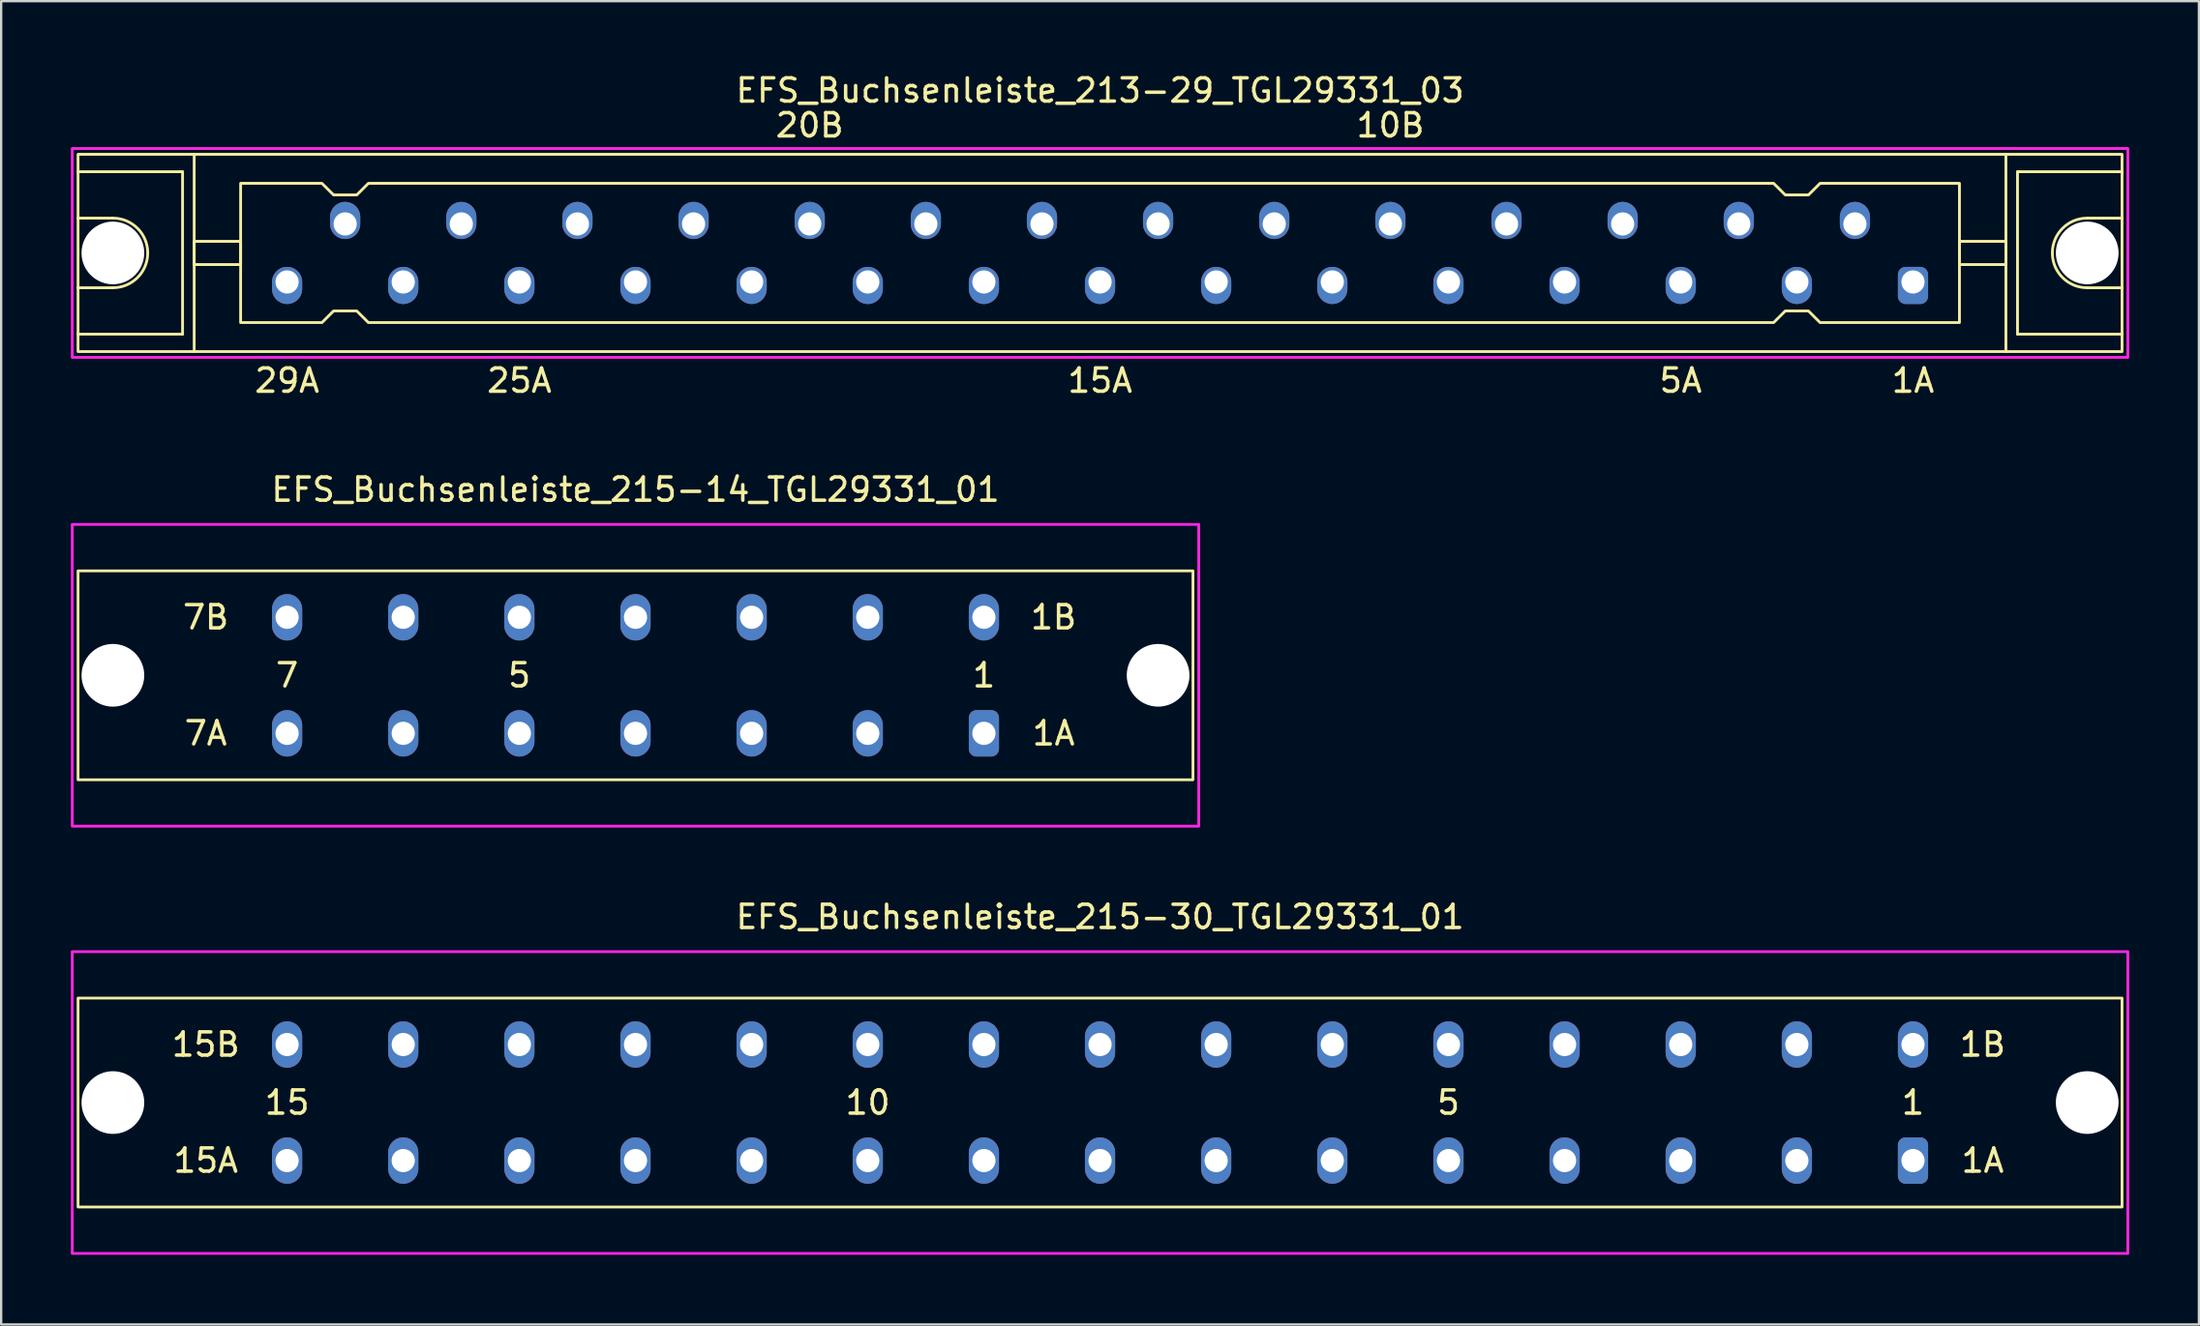
<source format=kicad_pcb>
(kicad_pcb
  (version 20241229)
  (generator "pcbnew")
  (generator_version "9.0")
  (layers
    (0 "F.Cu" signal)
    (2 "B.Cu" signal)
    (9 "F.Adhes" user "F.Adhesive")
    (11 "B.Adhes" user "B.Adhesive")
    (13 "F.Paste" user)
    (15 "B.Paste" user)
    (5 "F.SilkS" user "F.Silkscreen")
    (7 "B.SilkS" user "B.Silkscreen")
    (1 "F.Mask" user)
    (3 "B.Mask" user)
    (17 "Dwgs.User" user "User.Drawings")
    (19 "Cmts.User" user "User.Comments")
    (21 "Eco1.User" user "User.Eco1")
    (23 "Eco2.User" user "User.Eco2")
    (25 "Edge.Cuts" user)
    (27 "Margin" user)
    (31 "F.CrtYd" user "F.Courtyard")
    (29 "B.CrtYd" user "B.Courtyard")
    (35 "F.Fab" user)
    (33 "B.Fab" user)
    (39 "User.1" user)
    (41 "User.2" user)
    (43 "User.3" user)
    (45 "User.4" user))
  (footprint "EFS_Buchsenleiste_213-29_TGL29331_03"
    (layer "F.Cu")
    (at 44.31 7.848)
    (property "Reference" "EFS_Buchsenleiste_213-29_TGL29331_03" (at 0 -7 180) (layer "F.SilkS") (effects (font (size 1 1) (thickness 0.15))))
    (attr through_hole)
    (fp_line (start -44 -3.5) (end -39.5 -3.5) (stroke (width 0.12) (type solid)) (layer "F.SilkS"))
    (fp_line (start -42.5 -1.5) (end -44 -1.5) (stroke (width 0.12) (type solid)) (layer "F.SilkS"))
    (fp_line (start -42.5 1.5) (end -44 1.5) (stroke (width 0.12) (type solid)) (layer "F.SilkS"))
    (fp_line (start -39.5 -3.5) (end -39.5 3.5) (stroke (width 0.12) (type solid)) (layer "F.SilkS"))
    (fp_line (start -39.5 3.5) (end -44 3.5) (stroke (width 0.12) (type solid)) (layer "F.SilkS"))
    (fp_line (start -39 4.25) (end -39 -4.25) (stroke (width 0.12) (type solid)) (layer "F.SilkS"))
    (fp_line (start 39 4.25) (end 39 -4.25) (stroke (width 0.12) (type solid)) (layer "F.SilkS"))
    (fp_line (start 39.5 -3.5) (end 39.5 3.5) (stroke (width 0.12) (type solid)) (layer "F.SilkS"))
    (fp_line (start 39.5 3.5) (end 44 3.5) (stroke (width 0.12) (type solid)) (layer "F.SilkS"))
    (fp_line (start 42.5 -1.5) (end 44 -1.5) (stroke (width 0.12) (type solid)) (layer "F.SilkS"))
    (fp_line (start 42.5 1.5) (end 44 1.5) (stroke (width 0.12) (type solid)) (layer "F.SilkS"))
    (fp_line (start 44 -3.5) (end 39.5 -3.5) (stroke (width 0.12) (type solid)) (layer "F.SilkS"))
    (fp_rect (start -44 -4.25) (end 44 4.25) (stroke (width 0.12) (type solid)) (fill no) (layer "F.SilkS"))
    (fp_rect (start -39 -0.5) (end -37 0.5) (stroke (width 0.12) (type solid)) (fill no) (layer "F.SilkS"))
    (fp_rect (start 39 -0.5) (end 37 0.5) (stroke (width 0.12) (type solid)) (fill no) (layer "F.SilkS"))
    (fp_arc (start -42.5 -1.5) (mid -41 0) (end -42.5 1.5) (stroke (width 0.12) (type solid)) (layer "F.SilkS"))
    (fp_arc (start 42.5 1.5) (mid 41 0) (end 42.5 -1.5) (stroke (width 0.12) (type solid)) (layer "F.SilkS"))
    (fp_poly (pts (xy -33 -2.5) (xy -32 -2.5) (xy -31.5 -3) (xy 29 -3) (xy 29.5 -2.5) (xy 30.5 -2.5) (xy 31 -3) (xy 37 -3) (xy 37 3) (xy 31 3) (xy 30.5 2.5) (xy 29.5 2.5) (xy 29 3) (xy -31.5 3) (xy -32 2.5) (xy -33 2.5) (xy -33.5 3) (xy -37 3) (xy -37 -3) (xy -33.5 -3)) (stroke (width 0.12) (type solid)) (fill no) (layer "F.SilkS"))
    (fp_rect (start -44.25 -4.5) (end 44.25 4.5) (stroke (width 0.12) (type solid)) (fill no) (layer "F.CrtYd"))
    (fp_text user "25A" (at -25 5.5 180) (layer "F.SilkS") (effects (font (size 1 1) (thickness 0.15))))
    (fp_text user "5A" (at 25 5.5 180) (layer "F.SilkS") (effects (font (size 1 1) (thickness 0.15))))
    (fp_text user "20B" (at -12.5 -5.5 180) (layer "F.SilkS") (effects (font (size 1 1) (thickness 0.15))))
    (fp_text user "1A" (at 35 5.5 180) (layer "F.SilkS") (effects (font (size 1 1) (thickness 0.15))))
    (fp_text user "29A" (at -35 5.5 180) (layer "F.SilkS") (effects (font (size 1 1) (thickness 0.15))))
    (fp_text user "10B" (at 12.5 -5.5 180) (layer "F.SilkS") (effects (font (size 1 1) (thickness 0.15))))
    (fp_text user "15A" (at 0 5.5 180) (layer "F.SilkS") (effects (font (size 1 1) (thickness 0.15))))
    (pad "" np_thru_hole circle (at -42.5 0) (size 2.7 2.7) (drill 2.7) (layers "*.Cu" "*.Mask"))
    (pad "" np_thru_hole circle (at 42.5 0) (size 2.7 2.7) (drill 2.7) (layers "*.Cu" "*.Mask"))
    (pad "1a" thru_hole roundrect (at 35 1.25 180) (size 1.3 1.6) (drill 1 (offset 0 -0.15)) (layers "*.Cu" "*.Mask") (roundrect_rratio 0.25))
    (pad "2b" thru_hole oval (at 32.5 -1.25 180) (size 1.3 1.6) (drill 1 (offset 0 0.15)) (layers "*.Cu" "*.Mask"))
    (pad "3a" thru_hole oval (at 30 1.25 180) (size 1.3 1.6) (drill 1 (offset 0 -0.15)) (layers "*.Cu" "*.Mask"))
    (pad "4b" thru_hole oval (at 27.5 -1.25 180) (size 1.3 1.6) (drill 1 (offset 0 0.15)) (layers "*.Cu" "*.Mask"))
    (pad "5a" thru_hole oval (at 25 1.25 180) (size 1.3 1.6) (drill 1 (offset 0 -0.15)) (layers "*.Cu" "*.Mask"))
    (pad "6b" thru_hole oval (at 22.5 -1.25 180) (size 1.3 1.6) (drill 1 (offset 0 0.15)) (layers "*.Cu" "*.Mask"))
    (pad "7a" thru_hole oval (at 20 1.25 180) (size 1.3 1.6) (drill 1 (offset 0 -0.15)) (layers "*.Cu" "*.Mask"))
    (pad "8b" thru_hole oval (at 17.5 -1.25 180) (size 1.3 1.6) (drill 1 (offset 0 0.15)) (layers "*.Cu" "*.Mask"))
    (pad "9a" thru_hole oval (at 15 1.25 180) (size 1.3 1.6) (drill 1 (offset 0 -0.15)) (layers "*.Cu" "*.Mask"))
    (pad "10b" thru_hole oval (at 12.5 -1.25 180) (size 1.3 1.6) (drill 1 (offset 0 0.15)) (layers "*.Cu" "*.Mask"))
    (pad "11a" thru_hole oval (at 10 1.25 180) (size 1.3 1.6) (drill 1 (offset 0 -0.15)) (layers "*.Cu" "*.Mask"))
    (pad "12b" thru_hole oval (at 7.5 -1.25 180) (size 1.3 1.6) (drill 1 (offset 0 0.15)) (layers "*.Cu" "*.Mask"))
    (pad "13a" thru_hole oval (at 5 1.25 180) (size 1.3 1.6) (drill 1 (offset 0 -0.15)) (layers "*.Cu" "*.Mask"))
    (pad "14b" thru_hole oval (at 2.5 -1.25 180) (size 1.3 1.6) (drill 1 (offset 0 0.15)) (layers "*.Cu" "*.Mask"))
    (pad "15a" thru_hole oval (at 0 1.25 180) (size 1.3 1.6) (drill 1 (offset 0 -0.15)) (layers "*.Cu" "*.Mask"))
    (pad "16b" thru_hole oval (at -2.5 -1.25 180) (size 1.3 1.6) (drill 1 (offset 0 0.15)) (layers "*.Cu" "*.Mask"))
    (pad "17a" thru_hole oval (at -5 1.25 180) (size 1.3 1.6) (drill 1 (offset 0 -0.15)) (layers "*.Cu" "*.Mask"))
    (pad "18b" thru_hole oval (at -7.5 -1.25 180) (size 1.3 1.6) (drill 1 (offset 0 0.15)) (layers "*.Cu" "*.Mask"))
    (pad "19a" thru_hole oval (at -10 1.25 180) (size 1.3 1.6) (drill 1 (offset 0 -0.15)) (layers "*.Cu" "*.Mask"))
    (pad "20b" thru_hole oval (at -12.5 -1.25 180) (size 1.3 1.6) (drill 1 (offset 0 0.15)) (layers "*.Cu" "*.Mask"))
    (pad "21a" thru_hole oval (at -15 1.25 180) (size 1.3 1.6) (drill 1 (offset 0 -0.15)) (layers "*.Cu" "*.Mask"))
    (pad "22b" thru_hole oval (at -17.5 -1.25 180) (size 1.3 1.6) (drill 1 (offset 0 0.15)) (layers "*.Cu" "*.Mask"))
    (pad "23a" thru_hole oval (at -20 1.25 180) (size 1.3 1.6) (drill 1 (offset 0 -0.15)) (layers "*.Cu" "*.Mask"))
    (pad "24b" thru_hole oval (at -22.5 -1.25 180) (size 1.3 1.6) (drill 1 (offset 0 0.15)) (layers "*.Cu" "*.Mask"))
    (pad "25a" thru_hole oval (at -25 1.25 180) (size 1.3 1.6) (drill 1 (offset 0 -0.15)) (layers "*.Cu" "*.Mask"))
    (pad "26b" thru_hole oval (at -27.5 -1.25 180) (size 1.3 1.6) (drill 1 (offset 0 0.15)) (layers "*.Cu" "*.Mask"))
    (pad "27a" thru_hole oval (at -30 1.25 180) (size 1.3 1.6) (drill 1 (offset 0 -0.15)) (layers "*.Cu" "*.Mask"))
    (pad "28b" thru_hole oval (at -32.5 -1.25 180) (size 1.3 1.6) (drill 1 (offset 0 0.15)) (layers "*.Cu" "*.Mask"))
    (pad "29a" thru_hole oval (at -35 1.25 180) (size 1.3 1.6) (drill 1 (offset 0 -0.15)) (layers "*.Cu" "*.Mask")))
  (footprint "EFS_Buchsenleiste_215-14_TGL29331_01"
    (layer "F.Cu")
    (at 24.31 26.045)
    (property "Reference" "EFS_Buchsenleiste_215-14_TGL29331_01" (at 0 -8 180) (layer "F.SilkS") (effects (font (size 1 1) (thickness 0.15))))
    (attr through_hole)
    (fp_rect (start -24 -4.5) (end 24 4.5) (stroke (width 0.12) (type solid)) (fill no) (layer "F.SilkS"))
    (fp_rect (start -24.25 -6.5) (end 24.25 6.5) (stroke (width 0.12) (type solid)) (fill no) (layer "F.CrtYd"))
    (fp_text user "7A" (at -18.5 2.5 0) (layer "F.SilkS") (effects (font (size 1 1) (thickness 0.15))))
    (fp_text user "1A" (at 18 2.5 0) (layer "F.SilkS") (effects (font (size 1 1) (thickness 0.15))))
    (fp_text user "1" (at 15 0 180) (layer "F.SilkS") (effects (font (size 1 1) (thickness 0.15))))
    (fp_text user "5" (at -5 0 180) (layer "F.SilkS") (effects (font (size 1 1) (thickness 0.15))))
    (fp_text user "7B" (at -18.5 -2.5 0) (layer "F.SilkS") (effects (font (size 1 1) (thickness 0.15))))
    (fp_text user "1B" (at 18 -2.5 0) (layer "F.SilkS") (effects (font (size 1 1) (thickness 0.15))))
    (fp_text user "7" (at -15 0 180) (layer "F.SilkS") (effects (font (size 1 1) (thickness 0.15))))
    (pad "" np_thru_hole circle (at -22.5 0) (size 2.7 2.7) (drill 2.7) (layers "*.Cu" "*.Mask"))
    (pad "" np_thru_hole circle (at 22.5 0) (size 2.7 2.7) (drill 2.7) (layers "*.Cu" "*.Mask"))
    (pad "1a" thru_hole roundrect (at 15 2.5) (size 1.3 2) (drill 1) (layers "*.Cu" "*.Mask") (roundrect_rratio 0.25))
    (pad "1b" thru_hole oval (at 15 -2.5) (size 1.3 2) (drill 1) (layers "*.Cu" "*.Mask"))
    (pad "2a" thru_hole oval (at 10 2.5) (size 1.3 2) (drill 1) (layers "*.Cu" "*.Mask"))
    (pad "2b" thru_hole oval (at 10 -2.5) (size 1.3 2) (drill 1) (layers "*.Cu" "*.Mask"))
    (pad "3a" thru_hole oval (at 5 2.5) (size 1.3 2) (drill 1) (layers "*.Cu" "*.Mask"))
    (pad "3b" thru_hole oval (at 5 -2.5) (size 1.3 2) (drill 1) (layers "*.Cu" "*.Mask"))
    (pad "4a" thru_hole oval (at 0 2.5) (size 1.3 2) (drill 1) (layers "*.Cu" "*.Mask"))
    (pad "4b" thru_hole oval (at 0 -2.5) (size 1.3 2) (drill 1) (layers "*.Cu" "*.Mask"))
    (pad "5a" thru_hole oval (at -5 2.5) (size 1.3 2) (drill 1) (layers "*.Cu" "*.Mask"))
    (pad "5b" thru_hole oval (at -5 -2.5) (size 1.3 2) (drill 1) (layers "*.Cu" "*.Mask"))
    (pad "6a" thru_hole oval (at -10 2.5) (size 1.3 2) (drill 1) (layers "*.Cu" "*.Mask"))
    (pad "6b" thru_hole oval (at -10 -2.5) (size 1.3 2) (drill 1) (layers "*.Cu" "*.Mask"))
    (pad "7a" thru_hole oval (at -15 2.5) (size 1.3 2) (drill 1) (layers "*.Cu" "*.Mask"))
    (pad "7b" thru_hole oval (at -15 -2.5) (size 1.3 2) (drill 1) (layers "*.Cu" "*.Mask")))
  (footprint "EFS_Buchsenleiste_215-30_TGL29331_01"
    (layer "F.Cu")
    (at 44.31 44.453)
    (property "Reference" "EFS_Buchsenleiste_215-30_TGL29331_01" (at 0 -8 180) (layer "F.SilkS") (effects (font (size 1 1) (thickness 0.15))))
    (attr through_hole)
    (fp_rect (start -44 -4.5) (end 44 4.5) (stroke (width 0.12) (type solid)) (fill no) (layer "F.SilkS"))
    (fp_rect (start -44.25 -6.5) (end 44.25 6.5) (stroke (width 0.12) (type solid)) (fill no) (layer "F.CrtYd"))
    (fp_text user "15B" (at -38.5 -2.5 0) (layer "F.SilkS") (effects (font (size 1 1) (thickness 0.15))))
    (fp_text user "1" (at 35 0 180) (layer "F.SilkS") (effects (font (size 1 1) (thickness 0.15))))
    (fp_text user "5" (at 15 0 180) (layer "F.SilkS") (effects (font (size 1 1) (thickness 0.15))))
    (fp_text user "15A" (at -38.5 2.5 0) (layer "F.SilkS") (effects (font (size 1 1) (thickness 0.15))))
    (fp_text user "1A" (at 38 2.5 0) (layer "F.SilkS") (effects (font (size 1 1) (thickness 0.15))))
    (fp_text user "10" (at -10 0 180) (layer "F.SilkS") (effects (font (size 1 1) (thickness 0.15))))
    (fp_text user "1B" (at 38 -2.5 0) (layer "F.SilkS") (effects (font (size 1 1) (thickness 0.15))))
    (fp_text user "15" (at -35 0 180) (layer "F.SilkS") (effects (font (size 1 1) (thickness 0.15))))
    (pad "" np_thru_hole circle (at -42.5 0) (size 2.7 2.7) (drill 2.7) (layers "*.Cu" "*.Mask"))
    (pad "" np_thru_hole circle (at 42.5 0) (size 2.7 2.7) (drill 2.7) (layers "*.Cu" "*.Mask"))
    (pad "1a" thru_hole roundrect (at 35 2.5) (size 1.3 2) (drill 1) (layers "*.Cu" "*.Mask") (roundrect_rratio 0.25))
    (pad "1b" thru_hole oval (at 35 -2.5) (size 1.3 2) (drill 1) (layers "*.Cu" "*.Mask"))
    (pad "2a" thru_hole oval (at 30 2.5) (size 1.3 2) (drill 1) (layers "*.Cu" "*.Mask"))
    (pad "2b" thru_hole oval (at 30 -2.5) (size 1.3 2) (drill 1) (layers "*.Cu" "*.Mask"))
    (pad "3a" thru_hole oval (at 25 2.5) (size 1.3 2) (drill 1) (layers "*.Cu" "*.Mask"))
    (pad "3b" thru_hole oval (at 25 -2.5) (size 1.3 2) (drill 1) (layers "*.Cu" "*.Mask"))
    (pad "4a" thru_hole oval (at 20 2.5) (size 1.3 2) (drill 1) (layers "*.Cu" "*.Mask"))
    (pad "4b" thru_hole oval (at 20 -2.5) (size 1.3 2) (drill 1) (layers "*.Cu" "*.Mask"))
    (pad "5a" thru_hole oval (at 15 2.5) (size 1.3 2) (drill 1) (layers "*.Cu" "*.Mask"))
    (pad "5b" thru_hole oval (at 15 -2.5) (size 1.3 2) (drill 1) (layers "*.Cu" "*.Mask"))
    (pad "6a" thru_hole oval (at 10 2.5) (size 1.3 2) (drill 1) (layers "*.Cu" "*.Mask"))
    (pad "6b" thru_hole oval (at 10 -2.5) (size 1.3 2) (drill 1) (layers "*.Cu" "*.Mask"))
    (pad "7a" thru_hole oval (at 5 2.5) (size 1.3 2) (drill 1) (layers "*.Cu" "*.Mask"))
    (pad "7b" thru_hole oval (at 5 -2.5) (size 1.3 2) (drill 1) (layers "*.Cu" "*.Mask"))
    (pad "8a" thru_hole oval (at 0 2.5) (size 1.3 2) (drill 1) (layers "*.Cu" "*.Mask"))
    (pad "8b" thru_hole oval (at 0 -2.5) (size 1.3 2) (drill 1) (layers "*.Cu" "*.Mask"))
    (pad "9a" thru_hole oval (at -5 2.5) (size 1.3 2) (drill 1) (layers "*.Cu" "*.Mask"))
    (pad "9b" thru_hole oval (at -5 -2.5) (size 1.3 2) (drill 1) (layers "*.Cu" "*.Mask"))
    (pad "10a" thru_hole oval (at -10 2.5) (size 1.3 2) (drill 1) (layers "*.Cu" "*.Mask"))
    (pad "10b" thru_hole oval (at -10 -2.5) (size 1.3 2) (drill 1) (layers "*.Cu" "*.Mask"))
    (pad "11a" thru_hole oval (at -15 2.5) (size 1.3 2) (drill 1) (layers "*.Cu" "*.Mask"))
    (pad "11b" thru_hole oval (at -15 -2.5) (size 1.3 2) (drill 1) (layers "*.Cu" "*.Mask"))
    (pad "12a" thru_hole oval (at -20 2.5) (size 1.3 2) (drill 1) (layers "*.Cu" "*.Mask"))
    (pad "12b" thru_hole oval (at -20 -2.5) (size 1.3 2) (drill 1) (layers "*.Cu" "*.Mask"))
    (pad "13a" thru_hole oval (at -25 2.5) (size 1.3 2) (drill 1) (layers "*.Cu" "*.Mask"))
    (pad "13b" thru_hole oval (at -25 -2.5) (size 1.3 2) (drill 1) (layers "*.Cu" "*.Mask"))
    (pad "14a" thru_hole oval (at -30 2.5) (size 1.3 2) (drill 1) (layers "*.Cu" "*.Mask"))
    (pad "14b" thru_hole oval (at -30 -2.5) (size 1.3 2) (drill 1) (layers "*.Cu" "*.Mask"))
    (pad "15a" thru_hole oval (at -35 2.5) (size 1.3 2) (drill 1) (layers "*.Cu" "*.Mask"))
    (pad "15b" thru_hole oval (at -35 -2.5) (size 1.3 2) (drill 1) (layers "*.Cu" "*.Mask")))
  (gr_rect
    (start -3 -3)
    (end 91.62 54.013)
    (stroke (width 0.1) (type default))
    (fill no)
    (layer "Edge.Cuts")))
</source>
